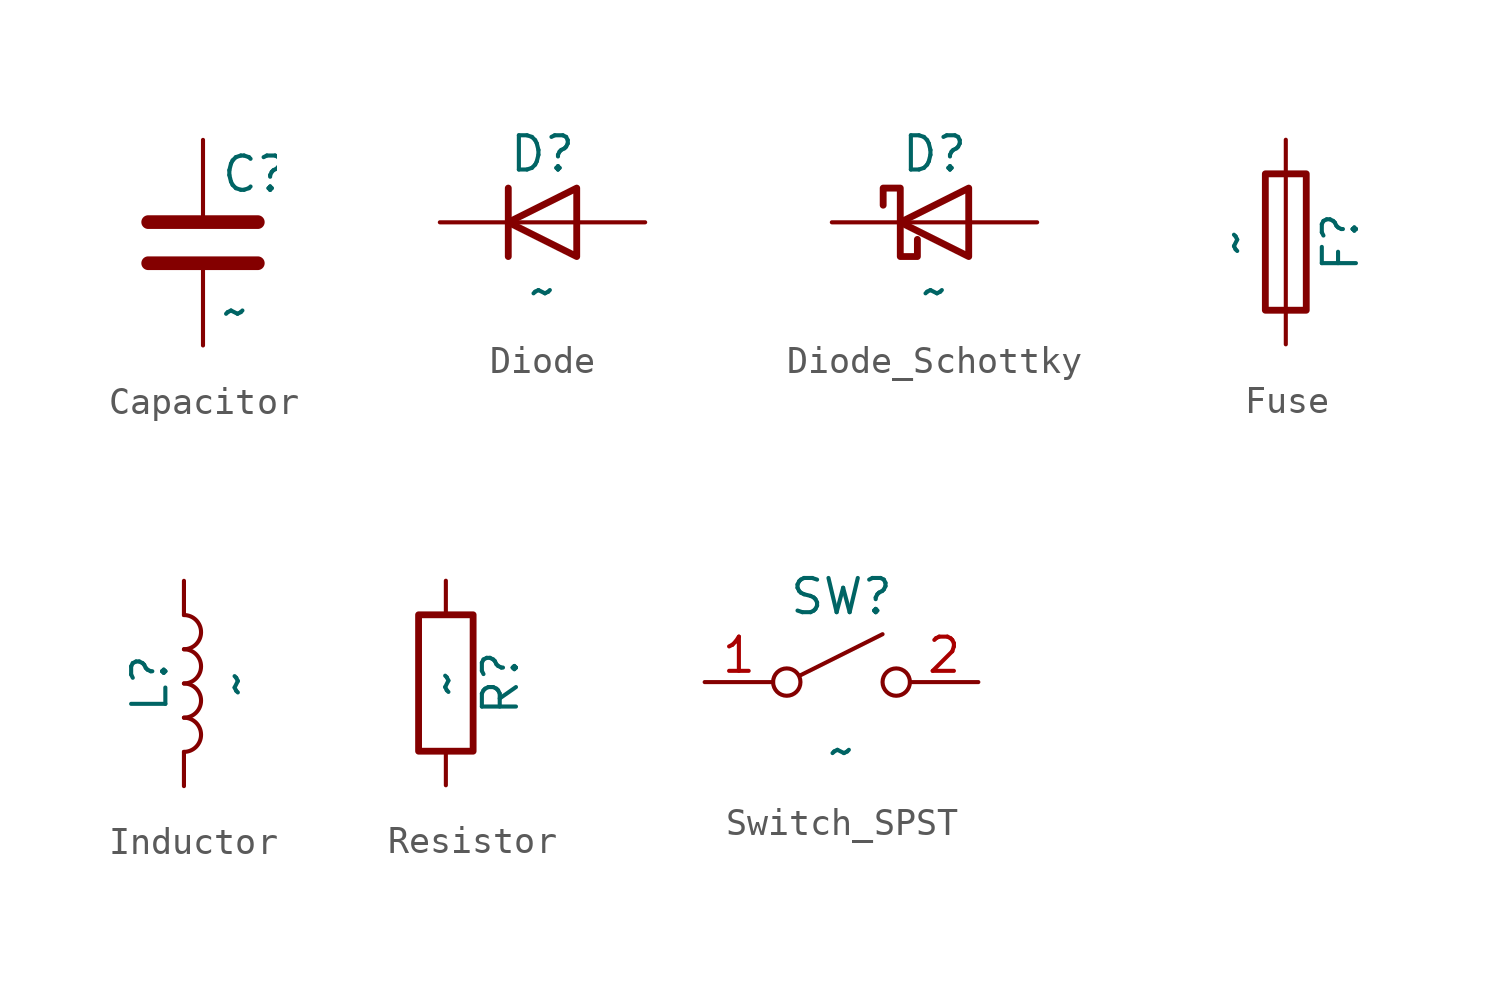
<source format=kicad_sym>
(kicad_symbol_lib
  (version 20231120)
  (generator "kicad_symbol_editor")
  (generator_version "8.0")
  (symbol "Capacitor"
    (pin_numbers hide)
    (pin_names
      (offset 0.254))
    (property "Reference" "C"
      (at 0.635 2.54 0)
      (effects (font (size 1.27 1.27)) (justify left)))
    (property "Value" "~"
      (at 0.635 -2.54 0)
      (effects (font (size 1.27 1.27)) (justify left)))
    (symbol "Capacitor_0_1"
      (polyline (pts (xy -2.032 -0.762) (xy 2.032 -0.762)) (stroke (width 0.508) (type default)) (fill (type none)))
      (polyline (pts (xy -2.032 0.762) (xy 2.032 0.762)) (stroke (width 0.508) (type default)) (fill (type none))))
    (symbol "Capacitor_1_1"
      (pin passive line (at 0 3.81 270) (length 2.794) (name "~" (effects (font (size 1.27 1.27)))) (number "1" (effects (font (size 1.27 1.27)))))
      (pin passive line (at 0 -3.81 90) (length 2.794) (name "~" (effects (font (size 1.27 1.27)))) (number "2" (effects (font (size 1.27 1.27)))))))
  (symbol "Diode"
    (pin_numbers hide)
    (pin_names
      (offset 1.016) hide)
    (property "Reference" "D"
      (at 0 2.54 0)
      (effects (font (size 1.27 1.27))))
    (property "Value" "~"
      (at 0 -2.54 0)
      (effects (font (size 1.27 1.27))))
    (symbol "Diode_0_1"
      (polyline (pts (xy -1.27 1.27) (xy -1.27 -1.27)) (stroke (width 0.254) (type default)) (fill (type none)))
      (polyline (pts (xy 1.27 0) (xy -1.27 0)) (stroke (width 0) (type default)) (fill (type none)))
      (polyline (pts (xy 1.27 1.27) (xy 1.27 -1.27) (xy -1.27 0) (xy 1.27 1.27)) (stroke (width 0.254) (type default)) (fill (type none))))
    (symbol "Diode_1_1"
      (pin passive line (at -3.81 0 0) (length 2.54) (name "K" (effects (font (size 1.27 1.27)))) (number "1" (effects (font (size 1.27 1.27)))))
      (pin passive line (at 3.81 0 180) (length 2.54) (name "A" (effects (font (size 1.27 1.27)))) (number "2" (effects (font (size 1.27 1.27)))))))
  (symbol "Diode_Schottky"
    (pin_numbers hide)
    (pin_names
      (offset 1.016) hide)
    (property "Reference" "D"
      (at 0 2.54 0)
      (effects (font (size 1.27 1.27))))
    (property "Value" "~"
      (at 0 -2.54 0)
      (effects (font (size 1.27 1.27))))
    (symbol "Diode_Schottky_0_1"
      (polyline (pts (xy 1.27 0) (xy -1.27 0)) (stroke (width 0) (type default)) (fill (type none)))
      (polyline (pts (xy 1.27 1.27) (xy 1.27 -1.27) (xy -1.27 0) (xy 1.27 1.27)) (stroke (width 0.254) (type default)) (fill (type none)))
      (polyline (pts (xy -1.905 0.635) (xy -1.905 1.27) (xy -1.27 1.27) (xy -1.27 -1.27) (xy -0.635 -1.27) (xy -0.635 -0.635)) (stroke (width 0.254) (type default)) (fill (type none))))
    (symbol "Diode_Schottky_1_1"
      (pin passive line (at -3.81 0 0) (length 2.54) (name "K" (effects (font (size 1.27 1.27)))) (number "1" (effects (font (size 1.27 1.27)))))
      (pin passive line (at 3.81 0 180) (length 2.54) (name "A" (effects (font (size 1.27 1.27)))) (number "2" (effects (font (size 1.27 1.27)))))))
  (symbol "Fuse"
    (pin_numbers hide)
    (pin_names
      (offset 0))
    (property "Reference" "F"
      (at 2.032 0 90)
      (effects (font (size 1.27 1.27))))
    (property "Value" "~"
      (at -1.905 0 90)
      (effects (font (size 1.27 1.27))))
    (symbol "Fuse_0_1"
      (rectangle (start -0.762 -2.54) (end 0.762 2.54) (stroke (width 0.254) (type default)) (fill (type none)))
      (polyline (pts (xy 0 2.54) (xy 0 -2.54)) (stroke (width 0) (type default)) (fill (type none))))
    (symbol "Fuse_1_1"
      (pin passive line (at 0 3.81 270) (length 1.27) (name "~" (effects (font (size 1.27 1.27)))) (number "1" (effects (font (size 1.27 1.27)))))
      (pin passive line (at 0 -3.81 90) (length 1.27) (name "~" (effects (font (size 1.27 1.27)))) (number "2" (effects (font (size 1.27 1.27)))))))
  (symbol "Inductor"
    (pin_numbers hide)
    (pin_names
      (offset 1.016) hide)
    (property "Reference" "L"
      (at -1.27 0 90)
      (effects (font (size 1.27 1.27))))
    (property "Value" "~"
      (at 1.905 0 90)
      (effects (font (size 1.27 1.27))))
    (symbol "Inductor_0_1"
      (arc (start 0 -2.54) (mid 0.6323 -1.905) (end 0 -1.27) (stroke (width 0) (type default)) (fill (type none)))
      (arc (start 0 -1.27) (mid 0.6323 -0.635) (end 0 0) (stroke (width 0) (type default)) (fill (type none)))
      (arc (start 0 0) (mid 0.6323 0.635) (end 0 1.27) (stroke (width 0) (type default)) (fill (type none)))
      (arc (start 0 1.27) (mid 0.6323 1.905) (end 0 2.54) (stroke (width 0) (type default)) (fill (type none))))
    (symbol "Inductor_1_1"
      (pin passive line (at 0 3.81 270) (length 1.27) (name "1" (effects (font (size 1.27 1.27)))) (number "1" (effects (font (size 1.27 1.27)))))
      (pin passive line (at 0 -3.81 90) (length 1.27) (name "2" (effects (font (size 1.27 1.27)))) (number "2" (effects (font (size 1.27 1.27)))))))
  (symbol "Resistor"
    (pin_numbers hide)
    (pin_names
      (offset 0))
    (property "Reference" "R"
      (at 2.032 0 90)
      (effects (font (size 1.27 1.27))))
    (property "Value" "~"
      (at 0 0 90)
      (effects (font (size 1.27 1.27))))
    (symbol "Resistor_0_1"
      (rectangle (start -1.016 -2.54) (end 1.016 2.54) (stroke (width 0.254) (type default)) (fill (type none))))
    (symbol "Resistor_1_1"
      (pin passive line (at 0 3.81 270) (length 1.27) (name "~" (effects (font (size 1.27 1.27)))) (number "1" (effects (font (size 1.27 1.27)))))
      (pin passive line (at 0 -3.81 90) (length 1.27) (name "~" (effects (font (size 1.27 1.27)))) (number "2" (effects (font (size 1.27 1.27)))))))
  (symbol "Switch_SPST"
    (pin_names
      (offset 0) hide)
    (property "Reference" "SW"
      (at 0 3.175 0)
      (effects (font (size 1.27 1.27))))
    (property "Value" "~"
      (at 0 -2.54 0)
      (effects (font (size 1.27 1.27))))
    (symbol "Switch_SPST_0_0"
      (circle (center -2.032 0) (radius 0.508) (stroke (width 0) (type default)) (fill (type none)))
      (polyline (pts (xy -1.524 0.254) (xy 1.524 1.778)) (stroke (width 0) (type default)) (fill (type none)))
      (circle (center 2.032 0) (radius 0.508) (stroke (width 0) (type default)) (fill (type none))))
    (symbol "Switch_SPST_1_1"
      (pin passive line (at -5.08 0 0) (length 2.54) (name "A" (effects (font (size 1.27 1.27)))) (number "1" (effects (font (size 1.27 1.27)))))
      (pin passive line (at 5.08 0 180) (length 2.54) (name "B" (effects (font (size 1.27 1.27)))) (number "2" (effects (font (size 1.27 1.27))))))))
</source>
